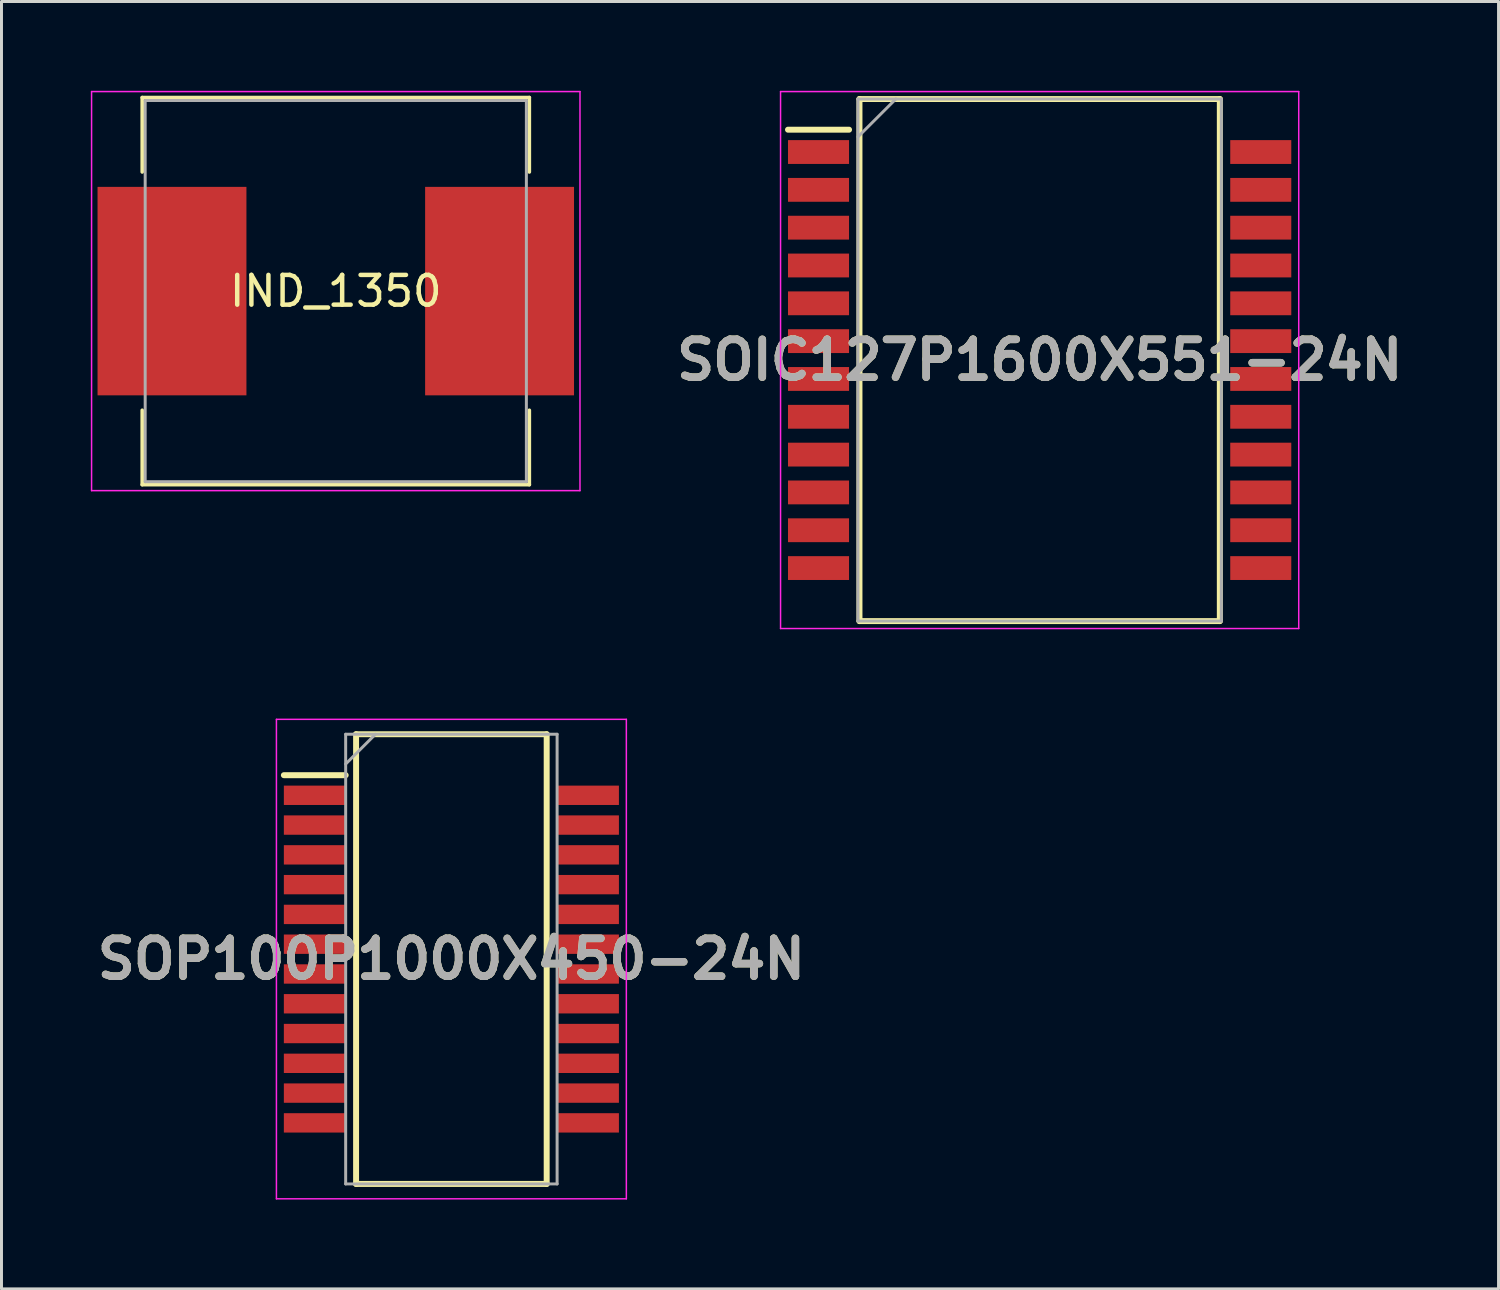
<source format=kicad_pcb>
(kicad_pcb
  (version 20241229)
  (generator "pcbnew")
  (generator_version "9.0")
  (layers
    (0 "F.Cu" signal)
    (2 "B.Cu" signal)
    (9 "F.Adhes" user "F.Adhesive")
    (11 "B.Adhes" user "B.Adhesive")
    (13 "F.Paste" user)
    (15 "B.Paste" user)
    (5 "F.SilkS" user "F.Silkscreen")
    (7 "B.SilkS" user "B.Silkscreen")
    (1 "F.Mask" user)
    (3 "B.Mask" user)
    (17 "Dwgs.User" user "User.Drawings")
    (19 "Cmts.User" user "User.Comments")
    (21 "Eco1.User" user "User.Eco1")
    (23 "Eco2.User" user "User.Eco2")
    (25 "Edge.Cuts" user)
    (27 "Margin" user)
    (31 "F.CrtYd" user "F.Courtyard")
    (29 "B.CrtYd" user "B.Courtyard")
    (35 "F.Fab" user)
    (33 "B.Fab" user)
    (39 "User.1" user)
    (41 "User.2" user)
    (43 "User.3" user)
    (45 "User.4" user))
  (footprint "IND_1350"
    (layer "F.Cu")
    (at 8.225 6.725)
    (property "Reference" "IND_1350" (at 0 0 0) (layer "F.SilkS") (effects (font (size 1 1) (thickness 0.15))))
    (attr through_hole)
    (fp_line (start -6.5 -6.5) (end 6.5 -6.5) (stroke (width 0.12) (type solid)) (layer "F.SilkS"))
    (fp_line (start -6.5 -4) (end -6.5 -6.5) (stroke (width 0.12) (type solid)) (layer "F.SilkS"))
    (fp_line (start -6.5 4) (end -6.5 6.5) (stroke (width 0.12) (type solid)) (layer "F.SilkS"))
    (fp_line (start -6.5 6.5) (end 6.5 6.5) (stroke (width 0.12) (type solid)) (layer "F.SilkS"))
    (fp_line (start 6.5 -6.5) (end 6.5 -4) (stroke (width 0.12) (type solid)) (layer "F.SilkS"))
    (fp_line (start 6.5 6.5) (end 6.5 4) (stroke (width 0.12) (type solid)) (layer "F.SilkS"))
    (fp_line (start -8.2 -6.7) (end -8.2 6.7) (stroke (width 0.05) (type solid)) (layer "F.CrtYd"))
    (fp_line (start -8.2 6.7) (end 8.2 6.7) (stroke (width 0.05) (type solid)) (layer "F.CrtYd"))
    (fp_line (start 8.2 -6.7) (end -8.2 -6.7) (stroke (width 0.05) (type solid)) (layer "F.CrtYd"))
    (fp_line (start 8.2 6.7) (end 8.2 -6.7) (stroke (width 0.05) (type solid)) (layer "F.CrtYd"))
    (fp_line (start -6.4 -6.4) (end -6.4 6.4) (stroke (width 0.1) (type solid)) (layer "F.Fab"))
    (fp_line (start -6.4 6.4) (end 6.4 6.4) (stroke (width 0.1) (type solid)) (layer "F.Fab"))
    (fp_line (start 6.4 -6.4) (end -6.4 -6.4) (stroke (width 0.1) (type solid)) (layer "F.Fab"))
    (fp_line (start 6.4 6.4) (end 6.4 -6.4) (stroke (width 0.1) (type solid)) (layer "F.Fab"))
    (pad "1" smd rect (at -5.5 0) (size 5 7) (layers "F.Cu" "F.Mask" "F.Paste"))
    (pad "2" smd rect (at 5.5 0 180) (size 5 7) (layers "F.Cu" "F.Mask" "F.Paste")))
  (footprint "SOP100P1000X450-24N"
    (layer "F.Cu")
    (at 12.107 29.155)
    (property "Reference" "SOP100P1000X450-24N" (at 0 0 0) (layer "F.SilkS") (effects (font (size 1.27 1.27) (thickness 0.254))))
    (attr smd)
    (fp_line (start -5.625 -6.175) (end -3.55 -6.175) (stroke (width 0.2) (type solid)) (layer "F.SilkS"))
    (fp_line (start -3.2 -7.55) (end 3.2 -7.55) (stroke (width 0.2) (type solid)) (layer "F.SilkS"))
    (fp_line (start -3.2 7.55) (end -3.2 -7.55) (stroke (width 0.2) (type solid)) (layer "F.SilkS"))
    (fp_line (start 3.2 -7.55) (end 3.2 7.55) (stroke (width 0.2) (type solid)) (layer "F.SilkS"))
    (fp_line (start 3.2 7.55) (end -3.2 7.55) (stroke (width 0.2) (type solid)) (layer "F.SilkS"))
    (fp_line (start -5.875 -8.05) (end 5.875 -8.05) (stroke (width 0.05) (type solid)) (layer "F.CrtYd"))
    (fp_line (start -5.875 8.05) (end -5.875 -8.05) (stroke (width 0.05) (type solid)) (layer "F.CrtYd"))
    (fp_line (start 5.875 -8.05) (end 5.875 8.05) (stroke (width 0.05) (type solid)) (layer "F.CrtYd"))
    (fp_line (start 5.875 8.05) (end -5.875 8.05) (stroke (width 0.05) (type solid)) (layer "F.CrtYd"))
    (fp_line (start -3.55 -7.55) (end 3.55 -7.55) (stroke (width 0.1) (type solid)) (layer "F.Fab"))
    (fp_line (start -3.55 -6.55) (end -2.55 -7.55) (stroke (width 0.1) (type solid)) (layer "F.Fab"))
    (fp_line (start -3.55 7.55) (end -3.55 -7.55) (stroke (width 0.1) (type solid)) (layer "F.Fab"))
    (fp_line (start 3.55 -7.55) (end 3.55 7.55) (stroke (width 0.1) (type solid)) (layer "F.Fab"))
    (fp_line (start 3.55 7.55) (end -3.55 7.55) (stroke (width 0.1) (type solid)) (layer "F.Fab"))
    (fp_text user "${REFERENCE}" (at 0 0 0) (layer "F.Fab") (effects (font (size 1.27 1.27) (thickness 0.254))))
    (pad "1" smd rect (at -4.588 -5.5 90) (size 0.65 2.075) (layers "F.Cu" "F.Mask" "F.Paste"))
    (pad "2" smd rect (at -4.588 -4.5 90) (size 0.65 2.075) (layers "F.Cu" "F.Mask" "F.Paste"))
    (pad "3" smd rect (at -4.588 -3.5 90) (size 0.65 2.075) (layers "F.Cu" "F.Mask" "F.Paste"))
    (pad "4" smd rect (at -4.588 -2.5 90) (size 0.65 2.075) (layers "F.Cu" "F.Mask" "F.Paste"))
    (pad "5" smd rect (at -4.588 -1.5 90) (size 0.65 2.075) (layers "F.Cu" "F.Mask" "F.Paste"))
    (pad "6" smd rect (at -4.588 -0.5 90) (size 0.65 2.075) (layers "F.Cu" "F.Mask" "F.Paste"))
    (pad "7" smd rect (at -4.588 0.5 90) (size 0.65 2.075) (layers "F.Cu" "F.Mask" "F.Paste"))
    (pad "8" smd rect (at -4.588 1.5 90) (size 0.65 2.075) (layers "F.Cu" "F.Mask" "F.Paste"))
    (pad "9" smd rect (at -4.588 2.5 90) (size 0.65 2.075) (layers "F.Cu" "F.Mask" "F.Paste"))
    (pad "10" smd rect (at -4.588 3.5 90) (size 0.65 2.075) (layers "F.Cu" "F.Mask" "F.Paste"))
    (pad "11" smd rect (at -4.588 4.5 90) (size 0.65 2.075) (layers "F.Cu" "F.Mask" "F.Paste"))
    (pad "12" smd rect (at -4.588 5.5 90) (size 0.65 2.075) (layers "F.Cu" "F.Mask" "F.Paste"))
    (pad "13" smd rect (at 4.588 5.5 90) (size 0.65 2.075) (layers "F.Cu" "F.Mask" "F.Paste"))
    (pad "14" smd rect (at 4.588 4.5 90) (size 0.65 2.075) (layers "F.Cu" "F.Mask" "F.Paste"))
    (pad "15" smd rect (at 4.588 3.5 90) (size 0.65 2.075) (layers "F.Cu" "F.Mask" "F.Paste"))
    (pad "16" smd rect (at 4.588 2.5 90) (size 0.65 2.075) (layers "F.Cu" "F.Mask" "F.Paste"))
    (pad "17" smd rect (at 4.588 1.5 90) (size 0.65 2.075) (layers "F.Cu" "F.Mask" "F.Paste"))
    (pad "18" smd rect (at 4.588 0.5 90) (size 0.65 2.075) (layers "F.Cu" "F.Mask" "F.Paste"))
    (pad "19" smd rect (at 4.588 -0.5 90) (size 0.65 2.075) (layers "F.Cu" "F.Mask" "F.Paste"))
    (pad "20" smd rect (at 4.588 -1.5 90) (size 0.65 2.075) (layers "F.Cu" "F.Mask" "F.Paste"))
    (pad "21" smd rect (at 4.588 -2.5 90) (size 0.65 2.075) (layers "F.Cu" "F.Mask" "F.Paste"))
    (pad "22" smd rect (at 4.588 -3.5 90) (size 0.65 2.075) (layers "F.Cu" "F.Mask" "F.Paste"))
    (pad "23" smd rect (at 4.588 -4.5 90) (size 0.65 2.075) (layers "F.Cu" "F.Mask" "F.Paste"))
    (pad "24" smd rect (at 4.588 -5.5 90) (size 0.65 2.075) (layers "F.Cu" "F.Mask" "F.Paste")))
  (footprint "SOIC127P1600X551-24N"
    (layer "F.Cu")
    (at 31.86 9.04)
    (property "Reference" "SOIC127P1600X551-24N" (at 0 0 0) (layer "F.SilkS") (effects (font (size 1.27 1.27) (thickness 0.254))))
    (attr smd)
    (fp_line (start -8.45 -7.735) (end -6.4 -7.735) (stroke (width 0.2) (type solid)) (layer "F.SilkS"))
    (fp_line (start -6.05 -8.765) (end 6.05 -8.765) (stroke (width 0.2) (type solid)) (layer "F.SilkS"))
    (fp_line (start -6.05 8.765) (end -6.05 -8.765) (stroke (width 0.2) (type solid)) (layer "F.SilkS"))
    (fp_line (start 6.05 -8.765) (end 6.05 8.765) (stroke (width 0.2) (type solid)) (layer "F.SilkS"))
    (fp_line (start 6.05 8.765) (end -6.05 8.765) (stroke (width 0.2) (type solid)) (layer "F.SilkS"))
    (fp_line (start -8.7 -9.015) (end 8.7 -9.015) (stroke (width 0.05) (type solid)) (layer "F.CrtYd"))
    (fp_line (start -8.7 9.015) (end -8.7 -9.015) (stroke (width 0.05) (type solid)) (layer "F.CrtYd"))
    (fp_line (start 8.7 -9.015) (end 8.7 9.015) (stroke (width 0.05) (type solid)) (layer "F.CrtYd"))
    (fp_line (start 8.7 9.015) (end -8.7 9.015) (stroke (width 0.05) (type solid)) (layer "F.CrtYd"))
    (fp_line (start -6.1 -8.765) (end 6.1 -8.765) (stroke (width 0.1) (type solid)) (layer "F.Fab"))
    (fp_line (start -6.1 -7.495) (end -4.83 -8.765) (stroke (width 0.1) (type solid)) (layer "F.Fab"))
    (fp_line (start -6.1 8.765) (end -6.1 -8.765) (stroke (width 0.1) (type solid)) (layer "F.Fab"))
    (fp_line (start 6.1 -8.765) (end 6.1 8.765) (stroke (width 0.1) (type solid)) (layer "F.Fab"))
    (fp_line (start 6.1 8.765) (end -6.1 8.765) (stroke (width 0.1) (type solid)) (layer "F.Fab"))
    (fp_text user "${REFERENCE}" (at 0 0 0) (layer "F.Fab") (effects (font (size 1.27 1.27) (thickness 0.254))))
    (pad "1" smd rect (at -7.425 -6.985 90) (size 0.8 2.05) (layers "F.Cu" "F.Mask" "F.Paste"))
    (pad "2" smd rect (at -7.425 -5.715 90) (size 0.8 2.05) (layers "F.Cu" "F.Mask" "F.Paste"))
    (pad "3" smd rect (at -7.425 -4.445 90) (size 0.8 2.05) (layers "F.Cu" "F.Mask" "F.Paste"))
    (pad "4" smd rect (at -7.425 -3.175 90) (size 0.8 2.05) (layers "F.Cu" "F.Mask" "F.Paste"))
    (pad "5" smd rect (at -7.425 -1.905 90) (size 0.8 2.05) (layers "F.Cu" "F.Mask" "F.Paste"))
    (pad "6" smd rect (at -7.425 -0.635 90) (size 0.8 2.05) (layers "F.Cu" "F.Mask" "F.Paste"))
    (pad "7" smd rect (at -7.425 0.635 90) (size 0.8 2.05) (layers "F.Cu" "F.Mask" "F.Paste"))
    (pad "8" smd rect (at -7.425 1.905 90) (size 0.8 2.05) (layers "F.Cu" "F.Mask" "F.Paste"))
    (pad "9" smd rect (at -7.425 3.175 90) (size 0.8 2.05) (layers "F.Cu" "F.Mask" "F.Paste"))
    (pad "10" smd rect (at -7.425 4.445 90) (size 0.8 2.05) (layers "F.Cu" "F.Mask" "F.Paste"))
    (pad "11" smd rect (at -7.425 5.715 90) (size 0.8 2.05) (layers "F.Cu" "F.Mask" "F.Paste"))
    (pad "12" smd rect (at -7.425 6.985 90) (size 0.8 2.05) (layers "F.Cu" "F.Mask" "F.Paste"))
    (pad "13" smd rect (at 7.425 6.985 90) (size 0.8 2.05) (layers "F.Cu" "F.Mask" "F.Paste"))
    (pad "14" smd rect (at 7.425 5.715 90) (size 0.8 2.05) (layers "F.Cu" "F.Mask" "F.Paste"))
    (pad "15" smd rect (at 7.425 4.445 90) (size 0.8 2.05) (layers "F.Cu" "F.Mask" "F.Paste"))
    (pad "16" smd rect (at 7.425 3.175 90) (size 0.8 2.05) (layers "F.Cu" "F.Mask" "F.Paste"))
    (pad "17" smd rect (at 7.425 1.905 90) (size 0.8 2.05) (layers "F.Cu" "F.Mask" "F.Paste"))
    (pad "18" smd rect (at 7.425 0.635 90) (size 0.8 2.05) (layers "F.Cu" "F.Mask" "F.Paste"))
    (pad "19" smd rect (at 7.425 -0.635 90) (size 0.8 2.05) (layers "F.Cu" "F.Mask" "F.Paste"))
    (pad "20" smd rect (at 7.425 -1.905 90) (size 0.8 2.05) (layers "F.Cu" "F.Mask" "F.Paste"))
    (pad "21" smd rect (at 7.425 -3.175 90) (size 0.8 2.05) (layers "F.Cu" "F.Mask" "F.Paste"))
    (pad "22" smd rect (at 7.425 -4.445 90) (size 0.8 2.05) (layers "F.Cu" "F.Mask" "F.Paste"))
    (pad "23" smd rect (at 7.425 -5.715 90) (size 0.8 2.05) (layers "F.Cu" "F.Mask" "F.Paste"))
    (pad "24" smd rect (at 7.425 -6.985 90) (size 0.8 2.05) (layers "F.Cu" "F.Mask" "F.Paste")))
  (gr_rect
    (start -3 -3)
    (end 47.269 40.23)
    (stroke (width 0.1) (type default))
    (fill no)
    (layer "Edge.Cuts")))
</source>
